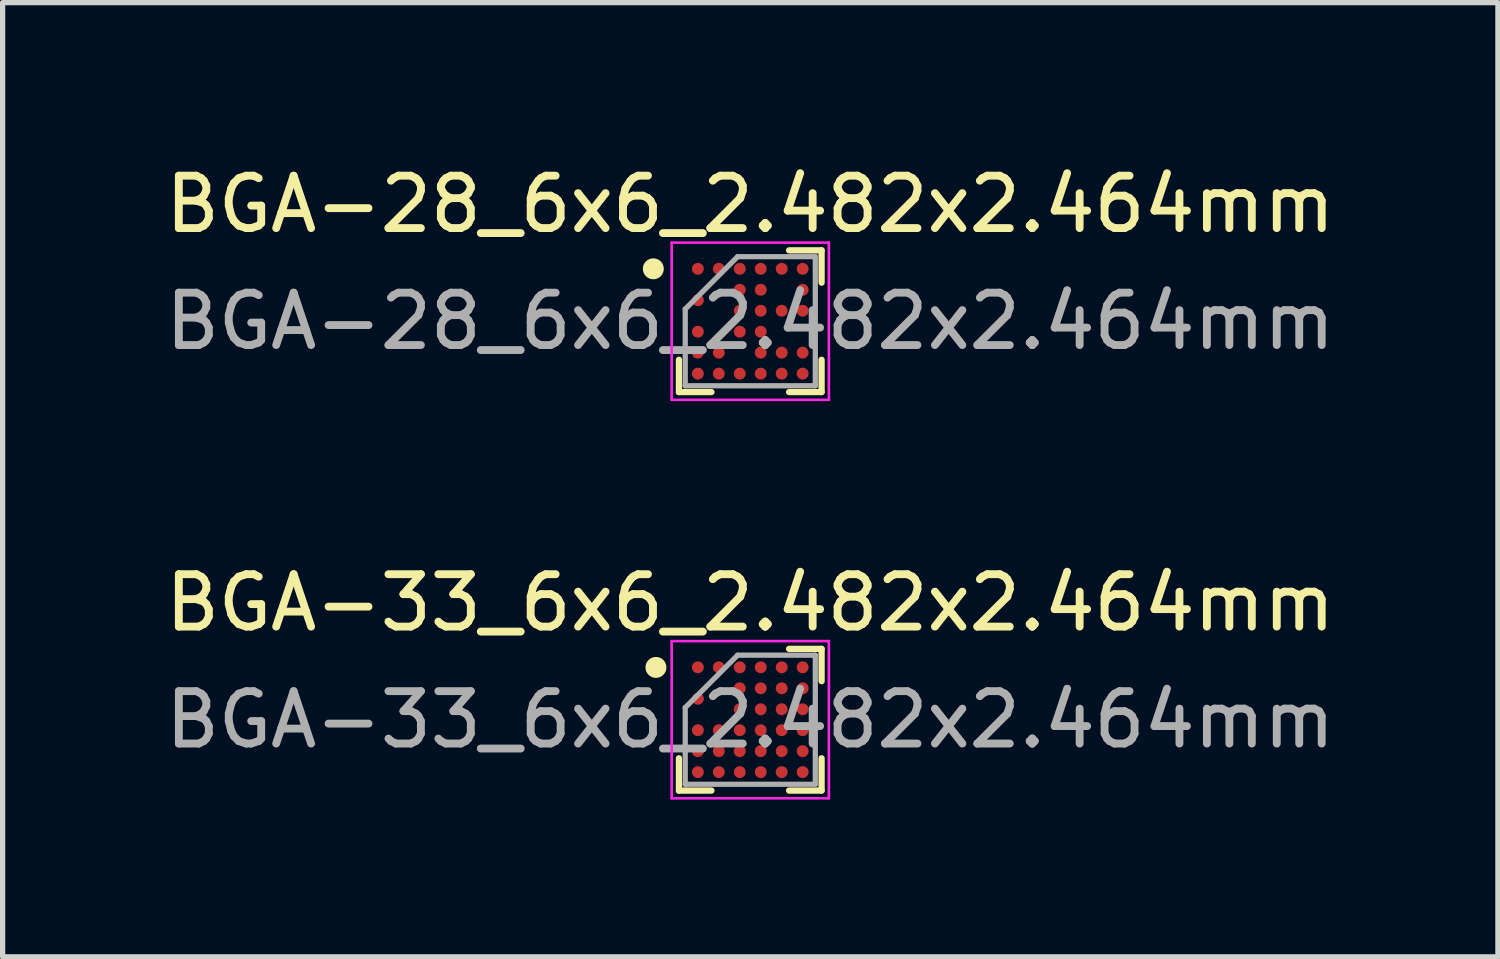
<source format=kicad_pcb>
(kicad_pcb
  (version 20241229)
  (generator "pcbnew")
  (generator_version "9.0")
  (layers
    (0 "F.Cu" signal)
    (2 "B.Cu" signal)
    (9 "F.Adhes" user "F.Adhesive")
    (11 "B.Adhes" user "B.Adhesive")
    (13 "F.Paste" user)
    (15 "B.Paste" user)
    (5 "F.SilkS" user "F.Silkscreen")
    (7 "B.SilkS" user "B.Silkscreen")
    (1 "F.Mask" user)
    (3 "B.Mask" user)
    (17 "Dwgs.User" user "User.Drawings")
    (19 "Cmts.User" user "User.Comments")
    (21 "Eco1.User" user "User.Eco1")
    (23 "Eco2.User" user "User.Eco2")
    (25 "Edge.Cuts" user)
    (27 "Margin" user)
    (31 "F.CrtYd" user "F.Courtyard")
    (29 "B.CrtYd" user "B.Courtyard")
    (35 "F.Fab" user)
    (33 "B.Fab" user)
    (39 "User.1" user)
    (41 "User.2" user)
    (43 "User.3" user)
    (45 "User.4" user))
  (footprint "BGA-33_6x6_2.482x2.464mm"
    (layer "F.Cu")
    (at 11.268 10.685)
    (property "Reference" "BGA-33_6x6_2.482x2.464mm" (at 0 -2.232 0) (layer "F.SilkS") (effects (font (size 1 1) (thickness 0.15))))
    (attr smd)
    (fp_line (start -1.361 1.352) (end -1.361 0.736) (stroke (width 0.12) (type default)) (layer "F.SilkS"))
    (fp_line (start -0.741 1.352) (end -1.361 1.352) (stroke (width 0.12) (type default)) (layer "F.SilkS"))
    (fp_line (start 0.741 -1.352) (end 1.361 -1.352) (stroke (width 0.12) (type default)) (layer "F.SilkS"))
    (fp_line (start 0.741 1.352) (end 1.361 1.352) (stroke (width 0.12) (type default)) (layer "F.SilkS"))
    (fp_line (start 1.361 -1.352) (end 1.361 -0.736) (stroke (width 0.12) (type default)) (layer "F.SilkS"))
    (fp_line (start 1.361 1.352) (end 1.361 0.736) (stroke (width 0.12) (type default)) (layer "F.SilkS"))
    (fp_circle (center -1.8 -0.998) (end -1.8 -0.898) (stroke (width 0.2) (type default)) (fill no) (layer "F.SilkS"))
    (fp_line (start -1.5 -1.5) (end 1.5 -1.5) (stroke (width 0.05) (type default)) (layer "F.CrtYd"))
    (fp_line (start -1.5 1.5) (end -1.5 -1.5) (stroke (width 0.05) (type default)) (layer "F.CrtYd"))
    (fp_line (start 1.5 -1.5) (end 1.5 1.5) (stroke (width 0.05) (type default)) (layer "F.CrtYd"))
    (fp_line (start 1.5 1.5) (end -1.5 1.5) (stroke (width 0.05) (type default)) (layer "F.CrtYd"))
    (fp_line (start -1.241 -0.232) (end -1.241 1.232) (stroke (width 0.1) (type default)) (layer "F.Fab"))
    (fp_line (start -1.241 1.232) (end 1.241 1.232) (stroke (width 0.1) (type default)) (layer "F.Fab"))
    (fp_line (start -0.241 -1.232) (end -1.241 -0.232) (stroke (width 0.1) (type default)) (layer "F.Fab"))
    (fp_line (start 1.241 -1.232) (end -0.241 -1.232) (stroke (width 0.1) (type default)) (layer "F.Fab"))
    (fp_line (start 1.241 1.232) (end 1.241 -1.232) (stroke (width 0.1) (type default)) (layer "F.Fab"))
    (fp_text user "${REFERENCE}" (at 0 0 0) (layer "F.Fab") (effects (font (size 1 1) (thickness 0.15))))
    (pad "A1" smd circle (at -1 -1) (size 0.227 0.227) (layers "F.Cu" "F.Mask" "F.Paste"))
    (pad "A2" smd circle (at -0.6 -1) (size 0.227 0.227) (layers "F.Cu" "F.Mask" "F.Paste"))
    (pad "A3" smd circle (at -0.2 -1) (size 0.227 0.227) (layers "F.Cu" "F.Mask" "F.Paste"))
    (pad "A4" smd circle (at 0.2 -1) (size 0.227 0.227) (layers "F.Cu" "F.Mask" "F.Paste"))
    (pad "A5" smd circle (at 0.6 -1) (size 0.227 0.227) (layers "F.Cu" "F.Mask" "F.Paste"))
    (pad "A6" smd circle (at 1 -1) (size 0.227 0.227) (layers "F.Cu" "F.Mask" "F.Paste"))
    (pad "B3" smd circle (at -0.2 -0.6) (size 0.227 0.227) (layers "F.Cu" "F.Mask" "F.Paste"))
    (pad "B4" smd circle (at 0.2 -0.6) (size 0.227 0.227) (layers "F.Cu" "F.Mask" "F.Paste"))
    (pad "B5" smd circle (at 0.6 -0.6) (size 0.227 0.227) (layers "F.Cu" "F.Mask" "F.Paste"))
    (pad "B6" smd circle (at 1 -0.6) (size 0.227 0.227) (layers "F.Cu" "F.Mask" "F.Paste"))
    (pad "C1" smd circle (at -1 -0.4) (size 0.227 0.227) (layers "F.Cu" "F.Mask" "F.Paste"))
    (pad "D3" smd circle (at -0.2 -0.2) (size 0.227 0.227) (layers "F.Cu" "F.Mask" "F.Paste"))
    (pad "D4" smd circle (at 0.2 -0.2) (size 0.227 0.227) (layers "F.Cu" "F.Mask" "F.Paste"))
    (pad "D5" smd circle (at 0.6 -0.2) (size 0.227 0.227) (layers "F.Cu" "F.Mask" "F.Paste"))
    (pad "D6" smd circle (at 1 -0.2) (size 0.227 0.227) (layers "F.Cu" "F.Mask" "F.Paste"))
    (pad "E1" smd circle (at -1 0.2) (size 0.227 0.227) (layers "F.Cu" "F.Mask" "F.Paste"))
    (pad "E2" smd circle (at -0.6 0.2) (size 0.227 0.227) (layers "F.Cu" "F.Mask" "F.Paste"))
    (pad "E3" smd circle (at -0.2 0.2) (size 0.227 0.227) (layers "F.Cu" "F.Mask" "F.Paste"))
    (pad "E4" smd circle (at 0.2 0.2) (size 0.227 0.227) (layers "F.Cu" "F.Mask" "F.Paste"))
    (pad "E5" smd circle (at 0.6 0.2) (size 0.227 0.227) (layers "F.Cu" "F.Mask" "F.Paste"))
    (pad "E6" smd circle (at 1 0.2) (size 0.227 0.227) (layers "F.Cu" "F.Mask" "F.Paste"))
    (pad "F1" smd circle (at -1 0.6) (size 0.227 0.227) (layers "F.Cu" "F.Mask" "F.Paste"))
    (pad "F2" smd circle (at -0.6 0.6) (size 0.227 0.227) (layers "F.Cu" "F.Mask" "F.Paste"))
    (pad "F3" smd circle (at -0.2 0.6) (size 0.227 0.227) (layers "F.Cu" "F.Mask" "F.Paste"))
    (pad "F4" smd circle (at 0.2 0.6) (size 0.227 0.227) (layers "F.Cu" "F.Mask" "F.Paste"))
    (pad "F5" smd circle (at 0.6 0.6) (size 0.227 0.227) (layers "F.Cu" "F.Mask" "F.Paste"))
    (pad "F6" smd circle (at 1 0.6) (size 0.227 0.227) (layers "F.Cu" "F.Mask" "F.Paste"))
    (pad "G1" smd circle (at -1 1) (size 0.227 0.227) (layers "F.Cu" "F.Mask" "F.Paste"))
    (pad "G2" smd circle (at -0.6 1) (size 0.227 0.227) (layers "F.Cu" "F.Mask" "F.Paste"))
    (pad "G3" smd circle (at -0.2 1) (size 0.227 0.227) (layers "F.Cu" "F.Mask" "F.Paste"))
    (pad "G4" smd circle (at 0.2 1) (size 0.227 0.227) (layers "F.Cu" "F.Mask" "F.Paste"))
    (pad "G5" smd circle (at 0.6 1) (size 0.227 0.227) (layers "F.Cu" "F.Mask" "F.Paste"))
    (pad "G6" smd circle (at 1 1) (size 0.227 0.227) (layers "F.Cu" "F.Mask" "F.Paste")))
  (footprint "BGA-28_6x6_2.482x2.464mm"
    (layer "F.Cu")
    (at 11.268 3.08)
    (property "Reference" "BGA-28_6x6_2.482x2.464mm" (at 0 -2.232 0) (layer "F.SilkS") (effects (font (size 1 1) (thickness 0.15))))
    (attr smd)
    (fp_line (start -1.361 1.352) (end -1.361 0.736) (stroke (width 0.12) (type default)) (layer "F.SilkS"))
    (fp_line (start -0.741 1.352) (end -1.361 1.352) (stroke (width 0.12) (type default)) (layer "F.SilkS"))
    (fp_line (start 0.741 -1.352) (end 1.361 -1.352) (stroke (width 0.12) (type default)) (layer "F.SilkS"))
    (fp_line (start 0.741 1.352) (end 1.361 1.352) (stroke (width 0.12) (type default)) (layer "F.SilkS"))
    (fp_line (start 1.361 -1.352) (end 1.361 -0.736) (stroke (width 0.12) (type default)) (layer "F.SilkS"))
    (fp_line (start 1.361 1.352) (end 1.361 0.736) (stroke (width 0.12) (type default)) (layer "F.SilkS"))
    (fp_circle (center -1.85 -1) (end -1.85 -0.9) (stroke (width 0.2) (type default)) (fill no) (layer "F.SilkS"))
    (fp_line (start -1.5 -1.5) (end 1.5 -1.5) (stroke (width 0.05) (type default)) (layer "F.CrtYd"))
    (fp_line (start -1.5 1.5) (end -1.5 -1.5) (stroke (width 0.05) (type default)) (layer "F.CrtYd"))
    (fp_line (start 1.5 -1.5) (end 1.5 1.5) (stroke (width 0.05) (type default)) (layer "F.CrtYd"))
    (fp_line (start 1.5 1.5) (end -1.5 1.5) (stroke (width 0.05) (type default)) (layer "F.CrtYd"))
    (fp_line (start -1.241 -0.232) (end -1.241 1.232) (stroke (width 0.1) (type default)) (layer "F.Fab"))
    (fp_line (start -1.241 1.232) (end 1.241 1.232) (stroke (width 0.1) (type default)) (layer "F.Fab"))
    (fp_line (start -0.241 -1.232) (end -1.241 -0.232) (stroke (width 0.1) (type default)) (layer "F.Fab"))
    (fp_line (start 1.241 -1.232) (end -0.241 -1.232) (stroke (width 0.1) (type default)) (layer "F.Fab"))
    (fp_line (start 1.241 1.232) (end 1.241 -1.232) (stroke (width 0.1) (type default)) (layer "F.Fab"))
    (fp_text user "${REFERENCE}" (at 0 0 0) (layer "F.Fab") (effects (font (size 1 1) (thickness 0.15))))
    (pad "A1" smd circle (at -1 -1) (size 0.227 0.227) (layers "F.Cu" "F.Mask" "F.Paste"))
    (pad "A2" smd circle (at -0.6 -1) (size 0.227 0.227) (layers "F.Cu" "F.Mask" "F.Paste"))
    (pad "A3" smd circle (at -0.2 -1) (size 0.227 0.227) (layers "F.Cu" "F.Mask" "F.Paste"))
    (pad "A4" smd circle (at 0.2 -1) (size 0.227 0.227) (layers "F.Cu" "F.Mask" "F.Paste"))
    (pad "A5" smd circle (at 0.6 -1) (size 0.227 0.227) (layers "F.Cu" "F.Mask" "F.Paste"))
    (pad "A6" smd circle (at 1 -1) (size 0.227 0.227) (layers "F.Cu" "F.Mask" "F.Paste"))
    (pad "B3" smd circle (at -0.2 -0.6) (size 0.227 0.227) (layers "F.Cu" "F.Mask" "F.Paste"))
    (pad "B4" smd circle (at 0.2 -0.6) (size 0.227 0.227) (layers "F.Cu" "F.Mask" "F.Paste"))
    (pad "B6" smd circle (at 1 -0.6) (size 0.227 0.227) (layers "F.Cu" "F.Mask" "F.Paste"))
    (pad "C1" smd circle (at -1 -0.4) (size 0.227 0.227) (layers "F.Cu" "F.Mask" "F.Paste"))
    (pad "D3" smd circle (at -0.2 -0.2) (size 0.227 0.227) (layers "F.Cu" "F.Mask" "F.Paste"))
    (pad "D4" smd circle (at 0.2 -0.2) (size 0.227 0.227) (layers "F.Cu" "F.Mask" "F.Paste"))
    (pad "D5" smd circle (at 0.6 -0.2) (size 0.227 0.227) (layers "F.Cu" "F.Mask" "F.Paste"))
    (pad "D6" smd circle (at 1 -0.2) (size 0.227 0.227) (layers "F.Cu" "F.Mask" "F.Paste"))
    (pad "E1" smd circle (at -1 0.2) (size 0.227 0.227) (layers "F.Cu" "F.Mask" "F.Paste"))
    (pad "E3" smd circle (at -0.2 0.2) (size 0.227 0.227) (layers "F.Cu" "F.Mask" "F.Paste"))
    (pad "E4" smd circle (at 0.2 0.2) (size 0.227 0.227) (layers "F.Cu" "F.Mask" "F.Paste"))
    (pad "F1" smd circle (at -1 0.6) (size 0.227 0.227) (layers "F.Cu" "F.Mask" "F.Paste"))
    (pad "F2" smd circle (at -0.6 0.6) (size 0.227 0.227) (layers "F.Cu" "F.Mask" "F.Paste"))
    (pad "F4" smd circle (at 0.2 0.6) (size 0.227 0.227) (layers "F.Cu" "F.Mask" "F.Paste"))
    (pad "F5" smd circle (at 0.6 0.6) (size 0.227 0.227) (layers "F.Cu" "F.Mask" "F.Paste"))
    (pad "F6" smd circle (at 1 0.6) (size 0.227 0.227) (layers "F.Cu" "F.Mask" "F.Paste"))
    (pad "G1" smd circle (at -1 1) (size 0.227 0.227) (layers "F.Cu" "F.Mask" "F.Paste"))
    (pad "G2" smd circle (at -0.6 1) (size 0.227 0.227) (layers "F.Cu" "F.Mask" "F.Paste"))
    (pad "G3" smd circle (at -0.2 1) (size 0.227 0.227) (layers "F.Cu" "F.Mask" "F.Paste"))
    (pad "G4" smd circle (at 0.2 1) (size 0.227 0.227) (layers "F.Cu" "F.Mask" "F.Paste"))
    (pad "G5" smd circle (at 0.6 1) (size 0.227 0.227) (layers "F.Cu" "F.Mask" "F.Paste"))
    (pad "G6" smd circle (at 1 1) (size 0.227 0.227) (layers "F.Cu" "F.Mask" "F.Paste")))
  (gr_rect
    (start -3 -3)
    (end 25.536 15.21)
    (stroke (width 0.1) (type default))
    (fill no)
    (layer "Edge.Cuts")))
</source>
